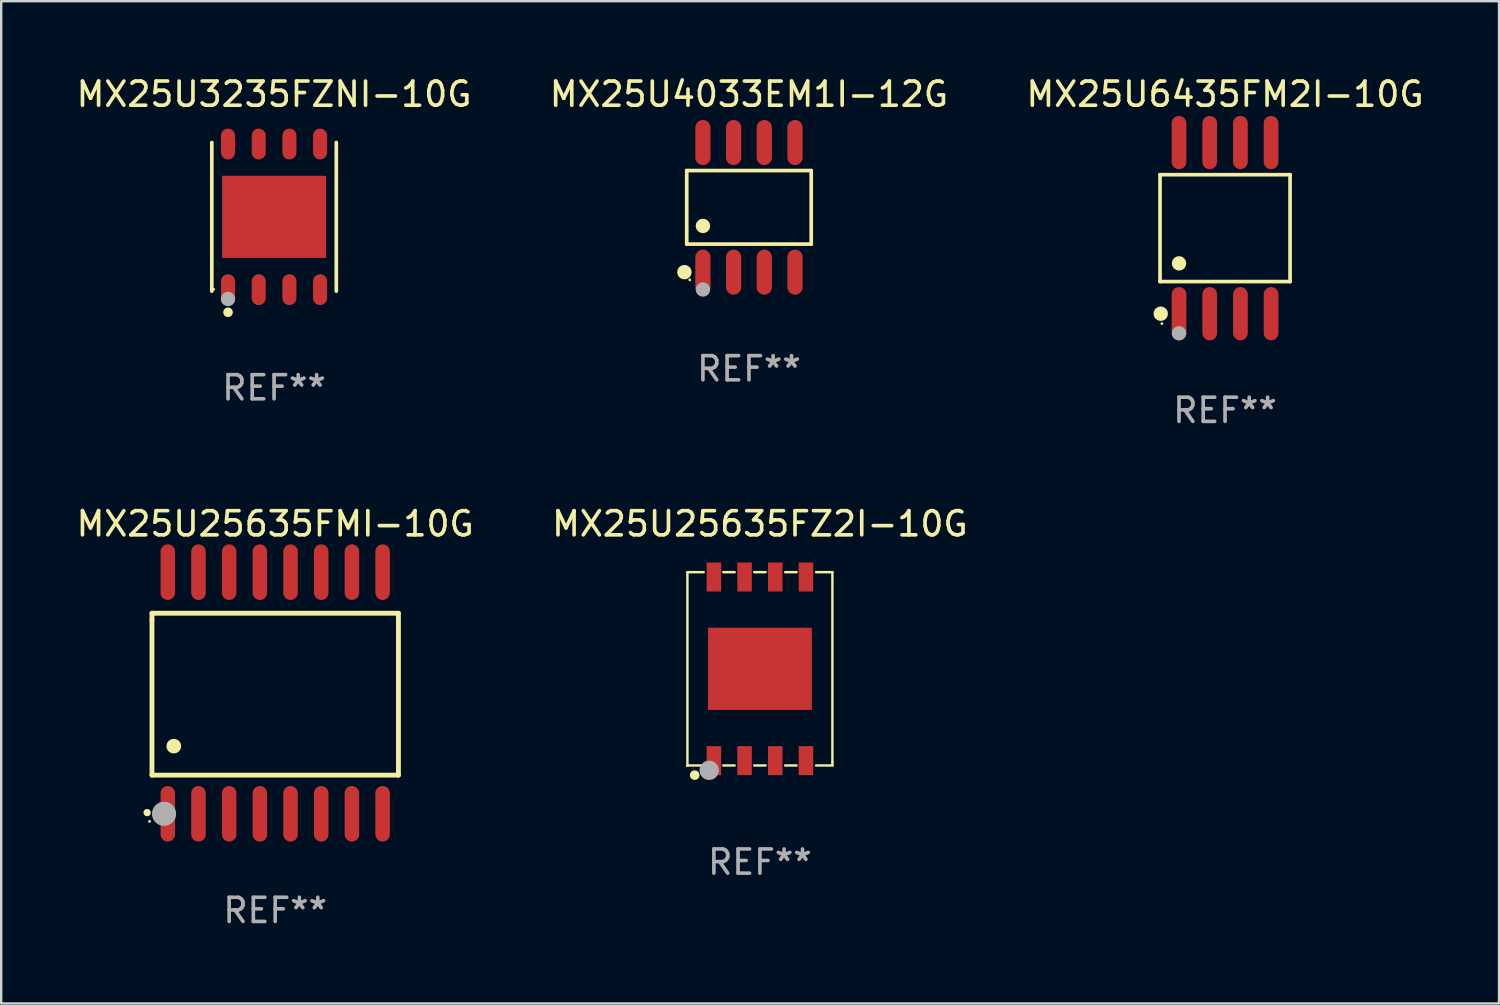
<source format=kicad_pcb>
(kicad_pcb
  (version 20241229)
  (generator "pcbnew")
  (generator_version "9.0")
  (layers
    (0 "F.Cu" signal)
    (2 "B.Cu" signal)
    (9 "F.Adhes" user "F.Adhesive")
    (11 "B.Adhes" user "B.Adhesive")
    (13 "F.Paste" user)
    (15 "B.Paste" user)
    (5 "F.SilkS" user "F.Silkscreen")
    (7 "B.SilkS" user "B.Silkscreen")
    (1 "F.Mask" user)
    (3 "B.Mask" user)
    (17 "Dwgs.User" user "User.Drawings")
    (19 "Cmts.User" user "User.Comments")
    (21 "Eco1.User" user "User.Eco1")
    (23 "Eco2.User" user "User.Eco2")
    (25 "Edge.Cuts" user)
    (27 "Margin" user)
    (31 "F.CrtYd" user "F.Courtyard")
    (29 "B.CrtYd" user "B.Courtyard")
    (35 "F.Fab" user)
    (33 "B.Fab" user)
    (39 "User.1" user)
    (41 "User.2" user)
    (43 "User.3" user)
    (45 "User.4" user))
  (footprint "MX25U6435FM2I-10G"
    (layer "F.Cu")
    (at 47.649 6.391)
    (property "Reference" "MX25U6435FM2I-10G" (at 0 -5.542 0) (layer "F.SilkS") (effects (font (size 1 1) (thickness 0.15))))
    (attr through_hole)
    (fp_line (start -2.691 -2.211) (end 2.691 -2.211) (stroke (width 0.152) (type solid)) (layer "F.SilkS"))
    (fp_line (start -2.691 2.211) (end -2.691 -2.211) (stroke (width 0.152) (type solid)) (layer "F.SilkS"))
    (fp_line (start 2.691 -2.211) (end 2.691 2.211) (stroke (width 0.152) (type solid)) (layer "F.SilkS"))
    (fp_line (start 2.691 2.211) (end -2.691 2.211) (stroke (width 0.152) (type solid)) (layer "F.SilkS"))
    (fp_circle (center -2.662 3.542) (end -2.512 3.542) (stroke (width 0.3) (type solid)) (fill no) (layer "F.SilkS"))
    (fp_circle (center -2.615 3.95) (end -2.585 3.95) (stroke (width 0.06) (type solid)) (fill no) (layer "F.SilkS"))
    (fp_circle (center -1.905 1.459) (end -1.755 1.459) (stroke (width 0.3) (type solid)) (fill no) (layer "F.SilkS"))
    (fp_circle (center -1.905 4.35) (end -1.755 4.35) (stroke (width 0.3) (type solid)) (fill no) (layer "F.Fab"))
    (fp_text user "REF**" (at 0 7.542 0) (layer "F.Fab") (effects (font (size 1 1) (thickness 0.15))))
    (pad "1" smd oval (at -1.905 3.542) (size 0.609 2.204) (layers "F.Cu" "F.Mask" "F.Paste"))
    (pad "2" smd oval (at -0.635 3.542) (size 0.609 2.204) (layers "F.Cu" "F.Mask" "F.Paste"))
    (pad "3" smd oval (at 0.635 3.542) (size 0.609 2.204) (layers "F.Cu" "F.Mask" "F.Paste"))
    (pad "4" smd oval (at 1.905 3.542) (size 0.609 2.204) (layers "F.Cu" "F.Mask" "F.Paste"))
    (pad "5" smd oval (at 1.905 -3.542) (size 0.609 2.204) (layers "F.Cu" "F.Mask" "F.Paste"))
    (pad "6" smd oval (at 0.635 -3.542) (size 0.609 2.204) (layers "F.Cu" "F.Mask" "F.Paste"))
    (pad "7" smd oval (at -0.635 -3.542) (size 0.609 2.204) (layers "F.Cu" "F.Mask" "F.Paste"))
    (pad "8" smd oval (at -1.905 -3.542) (size 0.609 2.204) (layers "F.Cu" "F.Mask" "F.Paste")))
  (footprint "MX25U3235FZNI-10G"
    (layer "F.Cu")
    (at 8.292 5.924)
    (property "Reference" "MX25U3235FZNI-10G" (at 0 -5.076 0) (layer "F.SilkS") (effects (font (size 1 1) (thickness 0.15))))
    (attr through_hole)
    (fp_line (start -2.576 3.076) (end -2.576 -3.076) (stroke (width 0.152) (type solid)) (layer "F.SilkS"))
    (fp_line (start 2.576 -3.076) (end 2.576 3.076) (stroke (width 0.152) (type solid)) (layer "F.SilkS"))
    (fp_circle (center -2.5 3) (end -2.47 3) (stroke (width 0.06) (type solid)) (fill no) (layer "F.SilkS"))
    (fp_circle (center -1.905 3.95) (end -1.805 3.95) (stroke (width 0.2) (type solid)) (fill no) (layer "F.SilkS"))
    (fp_circle (center -1.905 3.4) (end -1.755 3.4) (stroke (width 0.3) (type solid)) (fill no) (layer "F.Fab"))
    (fp_text user "REF**" (at 0 7.076 0) (layer "F.Fab") (effects (font (size 1 1) (thickness 0.15))))
    (pad "1" smd oval (at -1.905 3.013) (size 0.581 1.276) (layers "F.Cu" "F.Mask" "F.Paste"))
    (pad "2" smd oval (at -0.635 3.013) (size 0.581 1.276) (layers "F.Cu" "F.Mask" "F.Paste"))
    (pad "3" smd oval (at 0.635 3.013) (size 0.581 1.276) (layers "F.Cu" "F.Mask" "F.Paste"))
    (pad "4" smd oval (at 1.905 3.013) (size 0.581 1.276) (layers "F.Cu" "F.Mask" "F.Paste"))
    (pad "5" smd oval (at 1.905 -3.013) (size 0.581 1.276) (layers "F.Cu" "F.Mask" "F.Paste"))
    (pad "6" smd oval (at 0.635 -3.013) (size 0.581 1.276) (layers "F.Cu" "F.Mask" "F.Paste"))
    (pad "7" smd oval (at -0.635 -3.013) (size 0.581 1.276) (layers "F.Cu" "F.Mask" "F.Paste"))
    (pad "8" smd oval (at -1.905 -3.013) (size 0.581 1.276) (layers "F.Cu" "F.Mask" "F.Paste"))
    (pad "9" smd rect (at 0 0) (size 4.3 3.4) (layers "F.Cu" "F.Mask" "F.Paste")))
  (footprint "MX25U25635FZ2I-10G"
    (layer "F.Cu")
    (at 28.399 24.629)
    (property "Reference" "MX25U25635FZ2I-10G" (at 0 -6 0) (layer "F.SilkS") (effects (font (size 1 1) (thickness 0.15))))
    (attr through_hole)
    (fp_line (start -3 -4) (end -3 4) (stroke (width 0.1) (type solid)) (layer "F.SilkS"))
    (fp_line (start -3 -4) (end -2.324 -4) (stroke (width 0.1) (type solid)) (layer "F.SilkS"))
    (fp_line (start -3 4) (end -2.324 4) (stroke (width 0.1) (type solid)) (layer "F.SilkS"))
    (fp_line (start -1.516 -4) (end -1.044 -4) (stroke (width 0.1) (type solid)) (layer "F.SilkS"))
    (fp_line (start -1.516 4) (end -1.044 4) (stroke (width 0.1) (type solid)) (layer "F.SilkS"))
    (fp_line (start -0.236 -4) (end 0.236 -4) (stroke (width 0.1) (type solid)) (layer "F.SilkS"))
    (fp_line (start -0.236 4) (end 0.236 4) (stroke (width 0.1) (type solid)) (layer "F.SilkS"))
    (fp_line (start 1.044 -4) (end 1.516 -4) (stroke (width 0.1) (type solid)) (layer "F.SilkS"))
    (fp_line (start 1.044 4) (end 1.516 4) (stroke (width 0.1) (type solid)) (layer "F.SilkS"))
    (fp_line (start 2.324 -4) (end 3 -4) (stroke (width 0.1) (type solid)) (layer "F.SilkS"))
    (fp_line (start 2.324 4) (end 3 4) (stroke (width 0.1) (type solid)) (layer "F.SilkS"))
    (fp_line (start 3 -4) (end 3 3.863) (stroke (width 0.1) (type solid)) (layer "F.SilkS"))
    (fp_line (start 3 3.863) (end 3 4) (stroke (width 0.1) (type solid)) (layer "F.SilkS"))
    (fp_circle (center -3 4) (end -2.97 4) (stroke (width 0.06) (type solid)) (fill no) (layer "F.SilkS"))
    (fp_circle (center -2.7 4.4) (end -2.6 4.4) (stroke (width 0.2) (type solid)) (fill no) (layer "F.SilkS"))
    (fp_circle (center -2.1 4.2) (end -1.9 4.2) (stroke (width 0.4) (type solid)) (fill no) (layer "F.Fab"))
    (fp_text user "REF**" (at 0 8 0) (layer "F.Fab") (effects (font (size 1 1) (thickness 0.15))))
    (pad "1" smd rect (at -1.905 3.8) (size 0.6 1.2) (layers "F.Cu" "F.Mask" "F.Paste"))
    (pad "2" smd rect (at -0.635 3.8) (size 0.6 1.2) (layers "F.Cu" "F.Mask" "F.Paste"))
    (pad "3" smd rect (at 0.635 3.8) (size 0.6 1.2) (layers "F.Cu" "F.Mask" "F.Paste"))
    (pad "4" smd rect (at 1.905 3.8) (size 0.6 1.2) (layers "F.Cu" "F.Mask" "F.Paste"))
    (pad "5" smd rect (at 1.905 -3.8) (size 0.6 1.2) (layers "F.Cu" "F.Mask" "F.Paste"))
    (pad "6" smd rect (at 0.635 -3.8) (size 0.6 1.2) (layers "F.Cu" "F.Mask" "F.Paste"))
    (pad "7" smd rect (at -0.635 -3.8) (size 0.6 1.2) (layers "F.Cu" "F.Mask" "F.Paste"))
    (pad "8" smd rect (at -1.905 -3.8) (size 0.6 1.2) (layers "F.Cu" "F.Mask" "F.Paste"))
    (pad "9" smd rect (at 0.000127 0.000025 90) (size 3.4 4.3) (layers "F.Cu" "F.Mask" "F.Paste")))
  (footprint "MX25U25635FMI-10G"
    (layer "F.Cu")
    (at 8.339 25.629)
    (property "Reference" "MX25U25635FMI-10G" (at 0 -7 0) (layer "F.SilkS") (effects (font (size 1 1) (thickness 0.15))))
    (attr through_hole)
    (fp_line (start -5.1 -3.3) (end -5.1 -3) (stroke (width 0.2) (type solid)) (layer "F.SilkS"))
    (fp_line (start -5.1 -3) (end -5.1 3.4) (stroke (width 0.2) (type solid)) (layer "F.SilkS"))
    (fp_line (start -5.1 3.4) (end 5.1 3.4) (stroke (width 0.2) (type solid)) (layer "F.SilkS"))
    (fp_line (start 5.1 -3.3) (end -5.1 -3.3) (stroke (width 0.2) (type solid)) (layer "F.SilkS"))
    (fp_line (start 5.1 3.4) (end 5.1 -3.3) (stroke (width 0.2) (type solid)) (layer "F.SilkS"))
    (fp_arc (start -5.300991 4.950495) (mid -5.299721 4.95049) (end -5.298451 4.950495) (stroke (width 0.3) (type solid)) (layer "F.SilkS"))
    (fp_arc (start -4.2 2.200025) (mid -4.19619 2.200001) (end -4.19238 2.200025) (stroke (width 0.6) (type solid)) (layer "F.SilkS"))
    (fp_circle (center -5.2 5.315) (end -5.17 5.315) (stroke (width 0.06) (type solid)) (fill no) (layer "F.SilkS"))
    (fp_circle (center -4.6 5) (end -4.35 5) (stroke (width 0.5) (type solid)) (fill no) (layer "F.Fab"))
    (fp_text user "REF**" (at 0 9 0) (layer "F.Fab") (effects (font (size 1 1) (thickness 0.15))))
    (pad "1" smd oval (at -4.445 5 180) (size 0.6 2.3) (layers "F.Cu" "F.Mask" "F.Paste"))
    (pad "2" smd oval (at -3.175 5 180) (size 0.6 2.3) (layers "F.Cu" "F.Mask" "F.Paste"))
    (pad "3" smd oval (at -1.905 5 180) (size 0.6 2.3) (layers "F.Cu" "F.Mask" "F.Paste"))
    (pad "4" smd oval (at -0.635 5 180) (size 0.6 2.3) (layers "F.Cu" "F.Mask" "F.Paste"))
    (pad "5" smd oval (at 0.635 5 180) (size 0.6 2.3) (layers "F.Cu" "F.Mask" "F.Paste"))
    (pad "6" smd oval (at 1.905 5 180) (size 0.6 2.3) (layers "F.Cu" "F.Mask" "F.Paste"))
    (pad "7" smd oval (at 3.175 5 180) (size 0.6 2.3) (layers "F.Cu" "F.Mask" "F.Paste"))
    (pad "8" smd oval (at 4.445 5 180) (size 0.6 2.3) (layers "F.Cu" "F.Mask" "F.Paste"))
    (pad "9" smd oval (at 4.445 -5 180) (size 0.6 2.3) (layers "F.Cu" "F.Mask" "F.Paste"))
    (pad "10" smd oval (at 3.175 -5 180) (size 0.6 2.3) (layers "F.Cu" "F.Mask" "F.Paste"))
    (pad "11" smd oval (at 1.905 -5 180) (size 0.6 2.3) (layers "F.Cu" "F.Mask" "F.Paste"))
    (pad "12" smd oval (at 0.635 -5 180) (size 0.6 2.3) (layers "F.Cu" "F.Mask" "F.Paste"))
    (pad "13" smd oval (at -0.635 -5 180) (size 0.6 2.3) (layers "F.Cu" "F.Mask" "F.Paste"))
    (pad "14" smd oval (at -1.905 -5 180) (size 0.6 2.3) (layers "F.Cu" "F.Mask" "F.Paste"))
    (pad "15" smd oval (at -3.175 -5 180) (size 0.6 2.3) (layers "F.Cu" "F.Mask" "F.Paste"))
    (pad "16" smd oval (at -4.445 -5 180) (size 0.6 2.3) (layers "F.Cu" "F.Mask" "F.Paste")))
  (footprint "MX25U4033EM1I-12G"
    (layer "F.Cu")
    (at 27.946 5.531)
    (property "Reference" "MX25U4033EM1I-12G" (at 0 -4.682 0) (layer "F.SilkS") (effects (font (size 1 1) (thickness 0.15))))
    (attr through_hole)
    (fp_line (start -2.576 -1.521) (end 2.576 -1.521) (stroke (width 0.152) (type solid)) (layer "F.SilkS"))
    (fp_line (start -2.576 1.521) (end -2.576 -1.521) (stroke (width 0.152) (type solid)) (layer "F.SilkS"))
    (fp_line (start 2.576 -1.521) (end 2.576 1.521) (stroke (width 0.152) (type solid)) (layer "F.SilkS"))
    (fp_line (start 2.576 1.521) (end -2.576 1.521) (stroke (width 0.152) (type solid)) (layer "F.SilkS"))
    (fp_circle (center -2.672 2.682) (end -2.522 2.682) (stroke (width 0.3) (type solid)) (fill no) (layer "F.SilkS"))
    (fp_circle (center -2.45 3) (end -2.42 3) (stroke (width 0.06) (type solid)) (fill no) (layer "F.SilkS"))
    (fp_circle (center -1.905 0.769) (end -1.755 0.769) (stroke (width 0.3) (type solid)) (fill no) (layer "F.SilkS"))
    (fp_circle (center -1.905 3.4) (end -1.755 3.4) (stroke (width 0.3) (type solid)) (fill no) (layer "F.Fab"))
    (fp_text user "REF**" (at 0 6.682 0) (layer "F.Fab") (effects (font (size 1 1) (thickness 0.15))))
    (pad "1" smd oval (at -1.905 2.682) (size 0.63 1.865) (layers "F.Cu" "F.Mask" "F.Paste"))
    (pad "2" smd oval (at -0.635 2.682) (size 0.63 1.865) (layers "F.Cu" "F.Mask" "F.Paste"))
    (pad "3" smd oval (at 0.635 2.682) (size 0.63 1.865) (layers "F.Cu" "F.Mask" "F.Paste"))
    (pad "4" smd oval (at 1.905 2.682) (size 0.63 1.865) (layers "F.Cu" "F.Mask" "F.Paste"))
    (pad "5" smd oval (at 1.905 -2.682) (size 0.63 1.865) (layers "F.Cu" "F.Mask" "F.Paste"))
    (pad "6" smd oval (at 0.635 -2.682) (size 0.63 1.865) (layers "F.Cu" "F.Mask" "F.Paste"))
    (pad "7" smd oval (at -0.635 -2.682) (size 0.63 1.865) (layers "F.Cu" "F.Mask" "F.Paste"))
    (pad "8" smd oval (at -1.905 -2.682) (size 0.63 1.865) (layers "F.Cu" "F.Mask" "F.Paste")))
  (gr_rect
    (start -3 -3)
    (end 58.988 38.478)
    (stroke (width 0.1) (type default))
    (fill no)
    (layer "Edge.Cuts")))
</source>
